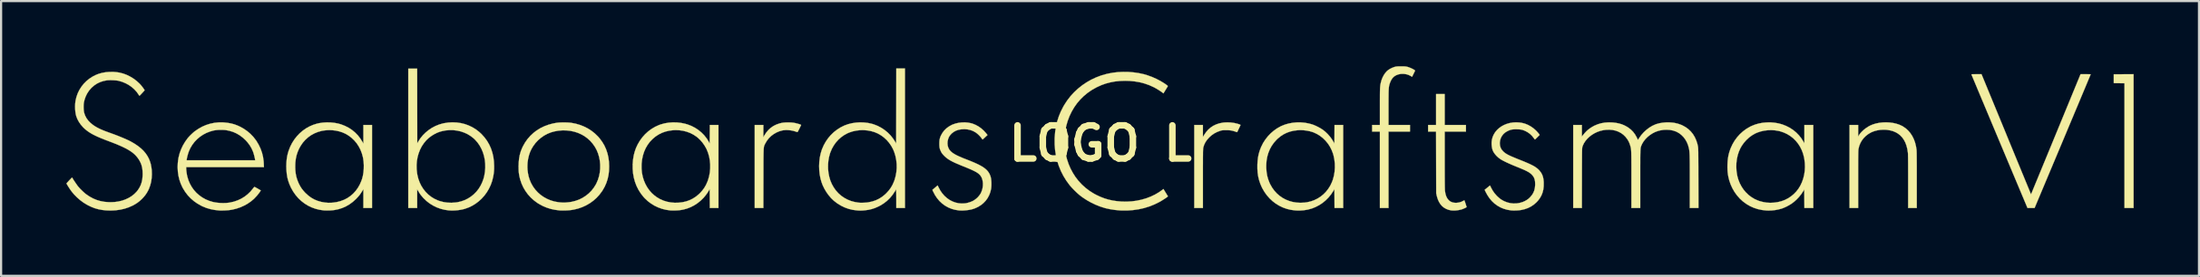
<source format=kicad_pcb>
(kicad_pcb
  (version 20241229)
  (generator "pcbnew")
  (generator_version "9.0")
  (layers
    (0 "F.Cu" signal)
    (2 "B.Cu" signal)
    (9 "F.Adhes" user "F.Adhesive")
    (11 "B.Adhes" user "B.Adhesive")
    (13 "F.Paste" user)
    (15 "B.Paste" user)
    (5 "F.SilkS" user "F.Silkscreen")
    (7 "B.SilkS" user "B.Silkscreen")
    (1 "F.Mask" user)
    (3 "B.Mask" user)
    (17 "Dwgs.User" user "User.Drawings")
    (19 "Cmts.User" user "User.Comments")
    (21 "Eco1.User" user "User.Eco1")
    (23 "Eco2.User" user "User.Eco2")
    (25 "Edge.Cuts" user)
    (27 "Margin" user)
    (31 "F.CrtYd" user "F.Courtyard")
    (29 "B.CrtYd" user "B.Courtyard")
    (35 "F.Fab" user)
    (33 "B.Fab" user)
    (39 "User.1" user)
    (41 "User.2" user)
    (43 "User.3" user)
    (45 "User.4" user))
  (footprint "LOGO L"
    (layer "F.Cu")
    (at 47.493 3.555)
    (property "Reference" "LOGO L" (at 0 0 0) (layer "F.SilkS") (effects (font (size 1.524 1.524) (thickness 0.3))))
    (attr through_hole)
    (fp_poly (pts (xy 47.447 2.967) (xy 47.031 2.967) (xy 47.031 -2.773) (xy 46.784 -2.776) (xy 46.538 -2.779) (xy 46.538 -3.185) (xy 47.447 -3.19) (xy 47.447 2.967)) (stroke (width 0.01) (type solid)) (fill yes) (layer "F.SilkS"))
    (fp_poly (pts (xy -14.295 -0.969) (xy -14.2 -0.965) (xy -14.115 -0.957) (xy -14.077 -0.951) (xy -14.012 -0.938) (xy -13.946 -0.922) (xy -13.884 -0.906) (xy -13.83 -0.889) (xy -13.789 -0.874) (xy -13.777 -0.869) (xy -13.748 -0.854) (xy -13.827 -0.688) (xy -13.858 -0.627) (xy -13.883 -0.579) (xy -13.903 -0.545) (xy -13.917 -0.527) (xy -13.921 -0.525) (xy -13.937 -0.529) (xy -13.966 -0.538) (xy -14.002 -0.551) (xy -14.006 -0.552) (xy -14.111 -0.583) (xy -14.225 -0.605) (xy -14.342 -0.617) (xy -14.457 -0.618) (xy -14.564 -0.61) (xy -14.61 -0.602) (xy -14.749 -0.563) (xy -14.882 -0.507) (xy -15.008 -0.434) (xy -15.123 -0.348) (xy -15.226 -0.248) (xy -15.314 -0.138) (xy -15.386 -0.018) (xy -15.393 -0.005) (xy -15.405 0.019) (xy -15.415 0.039) (xy -15.425 0.058) (xy -15.433 0.077) (xy -15.441 0.096) (xy -15.448 0.116) (xy -15.454 0.139) (xy -15.459 0.166) (xy -15.463 0.197) (xy -15.467 0.235) (xy -15.47 0.279) (xy -15.472 0.332) (xy -15.474 0.393) (xy -15.476 0.465) (xy -15.477 0.548) (xy -15.478 0.644) (xy -15.479 0.753) (xy -15.48 0.877) (xy -15.48 1.016) (xy -15.48 1.172) (xy -15.481 1.346) (xy -15.481 1.539) (xy -15.481 1.598) (xy -15.484 2.967) (xy -15.88 2.967) (xy -15.88 -0.853) (xy -15.484 -0.853) (xy -15.484 -0.29) (xy -15.438 -0.371) (xy -15.352 -0.504) (xy -15.254 -0.62) (xy -15.146 -0.72) (xy -15.025 -0.803) (xy -14.892 -0.87) (xy -14.746 -0.922) (xy -14.649 -0.946) (xy -14.576 -0.958) (xy -14.488 -0.966) (xy -14.393 -0.97) (xy -14.295 -0.969)) (stroke (width 0.01) (type solid)) (fill yes) (layer "F.SilkS"))
    (fp_poly (pts (xy 15.809 -0.853) (xy 16.784 -0.853) (xy 16.784 -0.549) (xy 15.809 -0.549) (xy 15.809 0.756) (xy 15.809 0.963) (xy 15.809 1.157) (xy 15.81 1.335) (xy 15.81 1.497) (xy 15.811 1.644) (xy 15.812 1.774) (xy 15.813 1.886) (xy 15.814 1.981) (xy 15.816 2.058) (xy 15.817 2.115) (xy 15.819 2.153) (xy 15.819 2.166) (xy 15.839 2.294) (xy 15.87 2.406) (xy 15.913 2.502) (xy 15.968 2.581) (xy 16.033 2.644) (xy 16.11 2.69) (xy 16.197 2.719) (xy 16.296 2.731) (xy 16.358 2.73) (xy 16.466 2.716) (xy 16.562 2.688) (xy 16.646 2.647) (xy 16.677 2.63) (xy 16.701 2.62) (xy 16.714 2.618) (xy 16.714 2.618) (xy 16.719 2.63) (xy 16.729 2.657) (xy 16.742 2.695) (xy 16.757 2.739) (xy 16.773 2.787) (xy 16.788 2.834) (xy 16.8 2.875) (xy 16.81 2.907) (xy 16.815 2.925) (xy 16.815 2.927) (xy 16.806 2.936) (xy 16.782 2.949) (xy 16.748 2.967) (xy 16.707 2.986) (xy 16.663 3.004) (xy 16.62 3.021) (xy 16.583 3.034) (xy 16.576 3.036) (xy 16.465 3.062) (xy 16.348 3.079) (xy 16.232 3.085) (xy 16.124 3.08) (xy 16.106 3.078) (xy 15.992 3.054) (xy 15.883 3.013) (xy 15.782 2.957) (xy 15.694 2.886) (xy 15.669 2.86) (xy 15.601 2.778) (xy 15.545 2.685) (xy 15.497 2.58) (xy 15.459 2.46) (xy 15.441 2.391) (xy 15.419 2.291) (xy 15.415 0.871) (xy 15.412 -0.549) (xy 15.23 -0.549) (xy 15.047 -0.549) (xy 15.047 -0.853) (xy 15.413 -0.853) (xy 15.413 -2.276) (xy 15.809 -2.276) (xy 15.809 -0.853)) (stroke (width 0.01) (type solid)) (fill yes) (layer "F.SilkS"))
    (fp_poly (pts (xy 5.983 -0.966) (xy 6.139 -0.945) (xy 6.288 -0.91) (xy 6.373 -0.882) (xy 6.404 -0.87) (xy 6.425 -0.859) (xy 6.431 -0.852) (xy 6.427 -0.841) (xy 6.416 -0.816) (xy 6.399 -0.779) (xy 6.379 -0.735) (xy 6.357 -0.688) (xy 6.334 -0.64) (xy 6.313 -0.596) (xy 6.295 -0.559) (xy 6.282 -0.533) (xy 6.276 -0.522) (xy 6.276 -0.522) (xy 6.266 -0.524) (xy 6.241 -0.531) (xy 6.207 -0.543) (xy 6.192 -0.548) (xy 6.116 -0.573) (xy 6.046 -0.591) (xy 5.977 -0.603) (xy 5.903 -0.611) (xy 5.817 -0.614) (xy 5.766 -0.614) (xy 5.7 -0.613) (xy 5.65 -0.612) (xy 5.611 -0.609) (xy 5.578 -0.605) (xy 5.547 -0.599) (xy 5.513 -0.589) (xy 5.502 -0.586) (xy 5.355 -0.531) (xy 5.219 -0.46) (xy 5.094 -0.372) (xy 4.993 -0.28) (xy 4.897 -0.173) (xy 4.821 -0.062) (xy 4.764 0.052) (xy 4.726 0.17) (xy 4.72 0.195) (xy 4.718 0.208) (xy 4.716 0.224) (xy 4.714 0.244) (xy 4.712 0.27) (xy 4.711 0.301) (xy 4.709 0.34) (xy 4.708 0.387) (xy 4.707 0.443) (xy 4.707 0.51) (xy 4.706 0.588) (xy 4.705 0.679) (xy 4.705 0.783) (xy 4.705 0.902) (xy 4.704 1.036) (xy 4.704 1.188) (xy 4.704 1.357) (xy 4.704 1.545) (xy 4.704 1.62) (xy 4.704 2.967) (xy 4.308 2.967) (xy 4.308 -0.853) (xy 4.704 -0.853) (xy 4.704 -0.302) (xy 4.753 -0.382) (xy 4.843 -0.516) (xy 4.944 -0.633) (xy 5.056 -0.732) (xy 5.178 -0.813) (xy 5.311 -0.878) (xy 5.455 -0.926) (xy 5.612 -0.958) (xy 5.674 -0.966) (xy 5.826 -0.973) (xy 5.983 -0.966)) (stroke (width 0.01) (type solid)) (fill yes) (layer "F.SilkS"))
    (fp_poly (pts (xy 13.875 -3.55) (xy 13.932 -3.549) (xy 13.977 -3.547) (xy 14.013 -3.544) (xy 14.046 -3.539) (xy 14.079 -3.532) (xy 14.097 -3.528) (xy 14.148 -3.512) (xy 14.207 -3.49) (xy 14.268 -3.464) (xy 14.327 -3.436) (xy 14.378 -3.409) (xy 14.416 -3.385) (xy 14.421 -3.38) (xy 14.451 -3.356) (xy 14.381 -3.213) (xy 14.31 -3.07) (xy 14.244 -3.11) (xy 14.155 -3.154) (xy 14.054 -3.186) (xy 13.947 -3.203) (xy 13.838 -3.206) (xy 13.78 -3.201) (xy 13.671 -3.178) (xy 13.575 -3.14) (xy 13.491 -3.088) (xy 13.419 -3.019) (xy 13.359 -2.934) (xy 13.31 -2.831) (xy 13.291 -2.779) (xy 13.28 -2.746) (xy 13.271 -2.715) (xy 13.262 -2.684) (xy 13.255 -2.652) (xy 13.249 -2.618) (xy 13.244 -2.579) (xy 13.24 -2.534) (xy 13.237 -2.482) (xy 13.234 -2.422) (xy 13.232 -2.351) (xy 13.231 -2.269) (xy 13.23 -2.173) (xy 13.229 -2.063) (xy 13.229 -1.936) (xy 13.228 -1.792) (xy 13.228 -1.662) (xy 13.228 -0.853) (xy 14.214 -0.853) (xy 14.214 -0.549) (xy 13.228 -0.549) (xy 13.228 2.967) (xy 12.832 2.967) (xy 12.832 -0.549) (xy 12.476 -0.549) (xy 12.476 -0.853) (xy 12.832 -0.853) (xy 12.832 -1.689) (xy 12.832 -1.847) (xy 12.832 -1.987) (xy 12.833 -2.109) (xy 12.833 -2.215) (xy 12.834 -2.307) (xy 12.835 -2.386) (xy 12.837 -2.454) (xy 12.839 -2.513) (xy 12.841 -2.563) (xy 12.845 -2.607) (xy 12.848 -2.645) (xy 12.852 -2.68) (xy 12.857 -2.712) (xy 12.863 -2.745) (xy 12.869 -2.774) (xy 12.902 -2.901) (xy 12.947 -3.022) (xy 13.004 -3.134) (xy 13.069 -3.234) (xy 13.142 -3.319) (xy 13.209 -3.378) (xy 13.289 -3.43) (xy 13.381 -3.477) (xy 13.476 -3.515) (xy 13.518 -3.527) (xy 13.549 -3.535) (xy 13.58 -3.541) (xy 13.613 -3.545) (xy 13.653 -3.548) (xy 13.704 -3.549) (xy 13.77 -3.55) (xy 13.802 -3.55) (xy 13.875 -3.55)) (stroke (width 0.01) (type solid)) (fill yes) (layer "F.SilkS"))
    (fp_poly (pts (xy 36.241 -0.966) (xy 36.396 -0.946) (xy 36.544 -0.913) (xy 36.683 -0.868) (xy 36.81 -0.81) (xy 36.855 -0.785) (xy 36.983 -0.697) (xy 37.097 -0.593) (xy 37.197 -0.476) (xy 37.283 -0.344) (xy 37.355 -0.199) (xy 37.412 -0.041) (xy 37.454 0.13) (xy 37.48 0.297) (xy 37.481 0.324) (xy 37.483 0.372) (xy 37.485 0.44) (xy 37.486 0.527) (xy 37.487 0.634) (xy 37.488 0.76) (xy 37.489 0.905) (xy 37.49 1.069) (xy 37.49 1.252) (xy 37.49 1.453) (xy 37.49 1.672) (xy 37.49 1.681) (xy 37.49 2.967) (xy 37.094 2.967) (xy 37.094 1.747) (xy 37.094 1.538) (xy 37.094 1.345) (xy 37.093 1.17) (xy 37.093 1.012) (xy 37.092 0.872) (xy 37.091 0.75) (xy 37.09 0.647) (xy 37.088 0.562) (xy 37.087 0.497) (xy 37.085 0.452) (xy 37.083 0.429) (xy 37.057 0.256) (xy 37.017 0.098) (xy 36.964 -0.045) (xy 36.897 -0.172) (xy 36.817 -0.284) (xy 36.723 -0.382) (xy 36.615 -0.464) (xy 36.52 -0.518) (xy 36.396 -0.57) (xy 36.261 -0.606) (xy 36.119 -0.629) (xy 35.973 -0.636) (xy 35.826 -0.629) (xy 35.681 -0.607) (xy 35.543 -0.571) (xy 35.414 -0.521) (xy 35.392 -0.51) (xy 35.263 -0.435) (xy 35.148 -0.346) (xy 35.047 -0.244) (xy 34.963 -0.131) (xy 34.894 -0.007) (xy 34.843 0.126) (xy 34.813 0.253) (xy 34.811 0.268) (xy 34.809 0.287) (xy 34.807 0.312) (xy 34.805 0.344) (xy 34.804 0.383) (xy 34.803 0.43) (xy 34.802 0.487) (xy 34.801 0.555) (xy 34.8 0.634) (xy 34.799 0.726) (xy 34.799 0.832) (xy 34.799 0.953) (xy 34.798 1.089) (xy 34.798 1.243) (xy 34.798 1.414) (xy 34.798 1.605) (xy 34.798 1.652) (xy 34.798 2.967) (xy 34.402 2.967) (xy 34.402 -0.853) (xy 34.798 -0.853) (xy 34.798 -0.32) (xy 34.824 -0.364) (xy 34.882 -0.451) (xy 34.958 -0.538) (xy 35.047 -0.623) (xy 35.148 -0.702) (xy 35.256 -0.773) (xy 35.344 -0.822) (xy 35.475 -0.878) (xy 35.618 -0.921) (xy 35.769 -0.951) (xy 35.925 -0.969) (xy 36.083 -0.974) (xy 36.241 -0.966)) (stroke (width 0.01) (type solid)) (fill yes) (layer "F.SilkS"))
    (fp_poly (pts (xy 45.311 -3.19) (xy 45.37 -3.189) (xy 45.418 -3.188) (xy 45.454 -3.186) (xy 45.473 -3.184) (xy 45.476 -3.183) (xy 45.472 -3.173) (xy 45.461 -3.145) (xy 45.442 -3.1) (xy 45.417 -3.038) (xy 45.384 -2.96) (xy 45.345 -2.867) (xy 45.3 -2.759) (xy 45.25 -2.638) (xy 45.193 -2.503) (xy 45.132 -2.356) (xy 45.065 -2.197) (xy 44.994 -2.027) (xy 44.919 -1.846) (xy 44.839 -1.656) (xy 44.755 -1.457) (xy 44.669 -1.249) (xy 44.578 -1.034) (xy 44.485 -0.812) (xy 44.39 -0.584) (xy 44.292 -0.35) (xy 44.192 -0.111) (xy 44.189 -0.104) (xy 42.901 2.967) (xy 42.575 2.967) (xy 41.287 -0.104) (xy 41.187 -0.343) (xy 41.089 -0.577) (xy 40.993 -0.805) (xy 40.9 -1.028) (xy 40.81 -1.243) (xy 40.723 -1.451) (xy 40.64 -1.65) (xy 40.56 -1.841) (xy 40.484 -2.021) (xy 40.413 -2.192) (xy 40.346 -2.351) (xy 40.284 -2.499) (xy 40.228 -2.634) (xy 40.177 -2.756) (xy 40.132 -2.864) (xy 40.093 -2.957) (xy 40.06 -3.036) (xy 40.034 -3.098) (xy 40.016 -3.144) (xy 40.004 -3.172) (xy 40 -3.183) (xy 40 -3.183) (xy 40.009 -3.185) (xy 40.037 -3.187) (xy 40.079 -3.188) (xy 40.132 -3.189) (xy 40.195 -3.19) (xy 40.231 -3.19) (xy 40.463 -3.19) (xy 41.59 -0.45) (xy 41.682 -0.224) (xy 41.773 -0.002) (xy 41.862 0.213) (xy 41.948 0.423) (xy 42.031 0.625) (xy 42.111 0.82) (xy 42.188 1.006) (xy 42.261 1.183) (xy 42.329 1.35) (xy 42.394 1.506) (xy 42.453 1.651) (xy 42.508 1.784) (xy 42.557 1.903) (xy 42.601 2.009) (xy 42.638 2.1) (xy 42.67 2.177) (xy 42.694 2.237) (xy 42.712 2.281) (xy 42.723 2.307) (xy 42.726 2.315) (xy 42.737 2.338) (xy 42.749 2.315) (xy 42.753 2.303) (xy 42.766 2.274) (xy 42.785 2.227) (xy 42.811 2.164) (xy 42.844 2.085) (xy 42.882 1.991) (xy 42.927 1.883) (xy 42.977 1.761) (xy 43.033 1.626) (xy 43.093 1.479) (xy 43.158 1.321) (xy 43.228 1.152) (xy 43.301 0.974) (xy 43.379 0.786) (xy 43.459 0.59) (xy 43.543 0.386) (xy 43.63 0.176) (xy 43.719 -0.041) (xy 43.81 -0.263) (xy 43.887 -0.45) (xy 45.013 -3.19) (xy 45.245 -3.19) (xy 45.311 -3.19)) (stroke (width 0.01) (type solid)) (fill yes) (layer "F.SilkS"))
    (fp_poly (pts (xy -19.455 -0.969) (xy -19.266 -0.948) (xy -19.081 -0.91) (xy -18.958 -0.874) (xy -18.783 -0.806) (xy -18.619 -0.721) (xy -18.467 -0.621) (xy -18.327 -0.506) (xy -18.201 -0.378) (xy -18.089 -0.237) (xy -18.001 -0.096) (xy -17.948 -0.000103) (xy -17.945 -0.427) (xy -17.942 -0.853) (xy -17.546 -0.853) (xy -17.546 2.967) (xy -17.942 2.967) (xy -17.945 2.533) (xy -17.948 2.1) (xy -18.002 2.192) (xy -18.106 2.349) (xy -18.225 2.494) (xy -18.357 2.625) (xy -18.501 2.742) (xy -18.654 2.843) (xy -18.817 2.927) (xy -18.987 2.994) (xy -19.163 3.042) (xy -19.275 3.062) (xy -19.36 3.072) (xy -19.457 3.079) (xy -19.558 3.083) (xy -19.656 3.083) (xy -19.743 3.08) (xy -19.769 3.078) (xy -19.956 3.051) (xy -20.138 3.006) (xy -20.315 2.942) (xy -20.485 2.861) (xy -20.645 2.763) (xy -20.794 2.65) (xy -20.93 2.522) (xy -20.986 2.461) (xy -21.11 2.303) (xy -21.217 2.135) (xy -21.307 1.957) (xy -21.378 1.77) (xy -21.432 1.574) (xy -21.468 1.37) (xy -21.485 1.159) (xy -21.485 1.157) (xy -21.078 1.157) (xy -21.061 1.342) (xy -21.026 1.52) (xy -20.975 1.691) (xy -20.907 1.853) (xy -20.824 2.006) (xy -20.726 2.147) (xy -20.614 2.276) (xy -20.487 2.391) (xy -20.376 2.473) (xy -20.228 2.56) (xy -20.071 2.629) (xy -19.906 2.68) (xy -19.734 2.713) (xy -19.557 2.728) (xy -19.375 2.724) (xy -19.198 2.703) (xy -19.03 2.665) (xy -18.871 2.609) (xy -18.723 2.536) (xy -18.582 2.445) (xy -18.449 2.335) (xy -18.399 2.287) (xy -18.289 2.166) (xy -18.196 2.04) (xy -18.118 1.905) (xy -18.052 1.757) (xy -18.025 1.684) (xy -17.975 1.509) (xy -17.941 1.328) (xy -17.925 1.144) (xy -17.925 0.959) (xy -17.942 0.776) (xy -17.975 0.597) (xy -18.025 0.425) (xy -18.091 0.262) (xy -18.107 0.229) (xy -18.185 0.093) (xy -18.277 -0.038) (xy -18.381 -0.159) (xy -18.494 -0.266) (xy -18.562 -0.32) (xy -18.699 -0.41) (xy -18.848 -0.485) (xy -19.006 -0.544) (xy -19.172 -0.586) (xy -19.342 -0.61) (xy -19.516 -0.617) (xy -19.638 -0.611) (xy -19.815 -0.588) (xy -19.98 -0.549) (xy -20.135 -0.494) (xy -20.281 -0.422) (xy -20.419 -0.333) (xy -20.443 -0.316) (xy -20.577 -0.202) (xy -20.697 -0.076) (xy -20.8 0.063) (xy -20.888 0.215) (xy -20.96 0.377) (xy -21.015 0.551) (xy -21.054 0.735) (xy -21.076 0.929) (xy -21.078 0.967) (xy -21.078 1.157) (xy -21.485 1.157) (xy -21.485 0.965) (xy -21.47 0.759) (xy -21.44 0.565) (xy -21.394 0.382) (xy -21.333 0.208) (xy -21.255 0.041) (xy -21.16 -0.121) (xy -21.153 -0.132) (xy -21.039 -0.288) (xy -20.912 -0.43) (xy -20.772 -0.558) (xy -20.62 -0.67) (xy -20.459 -0.766) (xy -20.29 -0.844) (xy -20.197 -0.878) (xy -20.02 -0.927) (xy -19.835 -0.958) (xy -19.646 -0.972) (xy -19.455 -0.969)) (stroke (width 0.01) (type solid)) (fill yes) (layer "F.SilkS"))
    (fp_poly (pts (xy 9.203 -0.971) (xy 9.391 -0.954) (xy 9.576 -0.919) (xy 9.724 -0.878) (xy 9.805 -0.848) (xy 9.896 -0.809) (xy 9.991 -0.762) (xy 10.082 -0.713) (xy 10.165 -0.663) (xy 10.21 -0.632) (xy 10.325 -0.541) (xy 10.437 -0.434) (xy 10.54 -0.315) (xy 10.631 -0.191) (xy 10.7 -0.076) (xy 10.744 0.005) (xy 10.749 -0.853) (xy 11.146 -0.853) (xy 11.146 2.967) (xy 10.749 2.967) (xy 10.744 2.098) (xy 10.694 2.184) (xy 10.59 2.341) (xy 10.472 2.486) (xy 10.341 2.618) (xy 10.198 2.735) (xy 10.044 2.837) (xy 9.882 2.922) (xy 9.713 2.99) (xy 9.537 3.039) (xy 9.493 3.048) (xy 9.333 3.073) (xy 9.175 3.084) (xy 9.014 3.083) (xy 8.923 3.077) (xy 8.735 3.052) (xy 8.552 3.007) (xy 8.377 2.945) (xy 8.21 2.864) (xy 8.051 2.767) (xy 7.903 2.654) (xy 7.766 2.525) (xy 7.64 2.382) (xy 7.528 2.225) (xy 7.43 2.055) (xy 7.411 2.017) (xy 7.34 1.854) (xy 7.285 1.689) (xy 7.244 1.519) (xy 7.218 1.341) (xy 7.206 1.153) (xy 7.206 0.979) (xy 7.612 0.979) (xy 7.613 1.133) (xy 7.628 1.317) (xy 7.657 1.49) (xy 7.703 1.654) (xy 7.764 1.813) (xy 7.794 1.875) (xy 7.881 2.029) (xy 7.983 2.17) (xy 8.097 2.296) (xy 8.224 2.407) (xy 8.362 2.503) (xy 8.509 2.582) (xy 8.666 2.645) (xy 8.83 2.691) (xy 9.002 2.719) (xy 9.179 2.729) (xy 9.361 2.721) (xy 9.494 2.703) (xy 9.661 2.664) (xy 9.821 2.607) (xy 9.972 2.533) (xy 10.113 2.442) (xy 10.243 2.336) (xy 10.36 2.216) (xy 10.465 2.081) (xy 10.556 1.935) (xy 10.631 1.776) (xy 10.673 1.663) (xy 10.721 1.485) (xy 10.752 1.3) (xy 10.765 1.11) (xy 10.762 0.919) (xy 10.741 0.731) (xy 10.703 0.548) (xy 10.677 0.458) (xy 10.615 0.297) (xy 10.537 0.144) (xy 10.443 0.001) (xy 10.335 -0.13) (xy 10.215 -0.248) (xy 10.083 -0.351) (xy 9.941 -0.439) (xy 9.791 -0.509) (xy 9.754 -0.523) (xy 9.616 -0.564) (xy 9.467 -0.594) (xy 9.313 -0.612) (xy 9.161 -0.617) (xy 9.051 -0.611) (xy 8.873 -0.588) (xy 8.707 -0.549) (xy 8.554 -0.494) (xy 8.41 -0.423) (xy 8.274 -0.335) (xy 8.145 -0.229) (xy 8.087 -0.173) (xy 7.967 -0.039) (xy 7.864 0.106) (xy 7.779 0.261) (xy 7.711 0.427) (xy 7.66 0.602) (xy 7.627 0.786) (xy 7.612 0.979) (xy 7.206 0.979) (xy 7.206 0.975) (xy 7.217 0.799) (xy 7.236 0.637) (xy 7.267 0.484) (xy 7.31 0.337) (xy 7.365 0.19) (xy 7.382 0.15) (xy 7.467 -0.02) (xy 7.57 -0.18) (xy 7.687 -0.33) (xy 7.817 -0.467) (xy 7.96 -0.59) (xy 8.113 -0.698) (xy 8.275 -0.789) (xy 8.304 -0.803) (xy 8.47 -0.87) (xy 8.645 -0.92) (xy 8.828 -0.954) (xy 9.014 -0.971) (xy 9.203 -0.971)) (stroke (width 0.01) (type solid)) (fill yes) (layer "F.SilkS"))
    (fp_poly (pts (xy -31.382 -1.726) (xy -31.379 -0.008) (xy -31.335 -0.086) (xy -31.238 -0.236) (xy -31.125 -0.376) (xy -30.997 -0.504) (xy -30.856 -0.619) (xy -30.705 -0.72) (xy -30.544 -0.805) (xy -30.376 -0.873) (xy -30.202 -0.923) (xy -30.155 -0.933) (xy -29.957 -0.964) (xy -29.76 -0.974) (xy -29.567 -0.966) (xy -29.378 -0.939) (xy -29.195 -0.894) (xy -29.018 -0.83) (xy -28.849 -0.749) (xy -28.688 -0.651) (xy -28.538 -0.535) (xy -28.425 -0.43) (xy -28.291 -0.281) (xy -28.174 -0.122) (xy -28.076 0.047) (xy -27.995 0.225) (xy -27.932 0.414) (xy -27.886 0.612) (xy -27.859 0.821) (xy -27.849 1.039) (xy -27.849 1.054) (xy -27.85 1.172) (xy -27.856 1.276) (xy -27.867 1.376) (xy -27.883 1.478) (xy -27.895 1.541) (xy -27.942 1.73) (xy -28.007 1.911) (xy -28.089 2.084) (xy -28.185 2.246) (xy -28.296 2.397) (xy -28.421 2.537) (xy -28.558 2.662) (xy -28.706 2.774) (xy -28.865 2.87) (xy -29.033 2.949) (xy -29.209 3.011) (xy -29.251 3.022) (xy -29.375 3.049) (xy -29.51 3.069) (xy -29.651 3.081) (xy -29.79 3.085) (xy -29.92 3.079) (xy -29.935 3.078) (xy -30.126 3.05) (xy -30.31 3.003) (xy -30.488 2.938) (xy -30.656 2.855) (xy -30.815 2.756) (xy -30.963 2.64) (xy -31.099 2.509) (xy -31.222 2.363) (xy -31.243 2.333) (xy -31.272 2.291) (xy -31.302 2.244) (xy -31.323 2.21) (xy -31.384 2.109) (xy -31.384 2.967) (xy -31.791 2.967) (xy -31.791 0.996) (xy -31.411 0.996) (xy -31.407 1.186) (xy -31.386 1.378) (xy -31.373 1.451) (xy -31.33 1.626) (xy -31.27 1.792) (xy -31.194 1.948) (xy -31.102 2.093) (xy -30.997 2.225) (xy -30.879 2.344) (xy -30.748 2.449) (xy -30.606 2.538) (xy -30.453 2.611) (xy -30.345 2.65) (xy -30.169 2.696) (xy -29.988 2.722) (xy -29.803 2.728) (xy -29.617 2.715) (xy -29.531 2.703) (xy -29.363 2.664) (xy -29.203 2.607) (xy -29.052 2.533) (xy -28.912 2.443) (xy -28.782 2.338) (xy -28.665 2.219) (xy -28.56 2.086) (xy -28.47 1.94) (xy -28.394 1.783) (xy -28.334 1.616) (xy -28.302 1.493) (xy -28.27 1.305) (xy -28.255 1.119) (xy -28.257 0.934) (xy -28.276 0.754) (xy -28.312 0.578) (xy -28.363 0.409) (xy -28.43 0.248) (xy -28.512 0.097) (xy -28.609 -0.043) (xy -28.72 -0.17) (xy -28.796 -0.242) (xy -28.929 -0.345) (xy -29.073 -0.433) (xy -29.226 -0.503) (xy -29.387 -0.558) (xy -29.554 -0.595) (xy -29.725 -0.615) (xy -29.899 -0.617) (xy -30.073 -0.602) (xy -30.246 -0.568) (xy -30.364 -0.534) (xy -30.491 -0.484) (xy -30.618 -0.417) (xy -30.743 -0.338) (xy -30.858 -0.249) (xy -30.96 -0.153) (xy -30.967 -0.145) (xy -31.078 -0.012) (xy -31.174 0.133) (xy -31.254 0.29) (xy -31.318 0.456) (xy -31.366 0.63) (xy -31.397 0.81) (xy -31.411 0.996) (xy -31.791 0.996) (xy -31.791 -3.444) (xy -31.587 -3.444) (xy -31.384 -3.444) (xy -31.382 -1.726)) (stroke (width 0.01) (type solid)) (fill yes) (layer "F.SilkS"))
    (fp_poly (pts (xy 30.965 -0.956) (xy 31.146 -0.924) (xy 31.313 -0.878) (xy 31.491 -0.808) (xy 31.658 -0.723) (xy 31.812 -0.622) (xy 31.952 -0.507) (xy 32.079 -0.377) (xy 32.191 -0.234) (xy 32.279 -0.094) (xy 32.329 -0.005) (xy 32.329 -0.429) (xy 32.329 -0.853) (xy 32.736 -0.853) (xy 32.736 2.967) (xy 32.329 2.967) (xy 32.324 2.114) (xy 32.274 2.197) (xy 32.188 2.327) (xy 32.087 2.454) (xy 31.976 2.573) (xy 31.858 2.68) (xy 31.737 2.771) (xy 31.729 2.776) (xy 31.627 2.839) (xy 31.518 2.898) (xy 31.408 2.949) (xy 31.305 2.99) (xy 31.286 2.996) (xy 31.146 3.034) (xy 30.995 3.063) (xy 30.839 3.08) (xy 30.685 3.086) (xy 30.571 3.082) (xy 30.373 3.059) (xy 30.184 3.018) (xy 30.004 2.959) (xy 29.833 2.882) (xy 29.67 2.787) (xy 29.515 2.673) (xy 29.494 2.657) (xy 29.356 2.528) (xy 29.231 2.385) (xy 29.119 2.229) (xy 29.023 2.062) (xy 28.942 1.885) (xy 28.879 1.701) (xy 28.839 1.541) (xy 28.82 1.437) (xy 28.807 1.338) (xy 28.799 1.239) (xy 28.795 1.135) (xy 28.795 1.086) (xy 29.2 1.086) (xy 29.211 1.273) (xy 29.24 1.458) (xy 29.247 1.494) (xy 29.294 1.664) (xy 29.359 1.827) (xy 29.439 1.979) (xy 29.533 2.121) (xy 29.642 2.25) (xy 29.763 2.367) (xy 29.895 2.468) (xy 30.038 2.554) (xy 30.191 2.623) (xy 30.267 2.65) (xy 30.433 2.694) (xy 30.595 2.721) (xy 30.76 2.73) (xy 30.926 2.723) (xy 31.105 2.698) (xy 31.273 2.657) (xy 31.431 2.599) (xy 31.579 2.523) (xy 31.72 2.429) (xy 31.837 2.332) (xy 31.953 2.214) (xy 32.056 2.081) (xy 32.144 1.937) (xy 32.217 1.781) (xy 32.275 1.617) (xy 32.318 1.444) (xy 32.345 1.265) (xy 32.355 1.082) (xy 32.349 0.895) (xy 32.325 0.706) (xy 32.314 0.644) (xy 32.269 0.468) (xy 32.207 0.302) (xy 32.129 0.147) (xy 32.037 0.004) (xy 31.93 -0.127) (xy 31.81 -0.245) (xy 31.677 -0.348) (xy 31.533 -0.436) (xy 31.379 -0.507) (xy 31.215 -0.562) (xy 31.145 -0.579) (xy 30.981 -0.606) (xy 30.813 -0.617) (xy 30.643 -0.611) (xy 30.476 -0.59) (xy 30.314 -0.553) (xy 30.161 -0.501) (xy 30.063 -0.457) (xy 29.922 -0.375) (xy 29.788 -0.276) (xy 29.665 -0.162) (xy 29.553 -0.035) (xy 29.455 0.102) (xy 29.389 0.217) (xy 29.319 0.374) (xy 29.265 0.542) (xy 29.227 0.718) (xy 29.205 0.9) (xy 29.2 1.086) (xy 28.795 1.086) (xy 28.795 1.017) (xy 28.796 0.976) (xy 28.804 0.82) (xy 28.819 0.678) (xy 28.842 0.546) (xy 28.874 0.418) (xy 28.916 0.29) (xy 28.943 0.218) (xy 29.025 0.039) (xy 29.124 -0.13) (xy 29.238 -0.286) (xy 29.366 -0.429) (xy 29.508 -0.558) (xy 29.662 -0.672) (xy 29.829 -0.77) (xy 29.896 -0.803) (xy 30.058 -0.869) (xy 30.231 -0.919) (xy 30.41 -0.953) (xy 30.595 -0.97) (xy 30.78 -0.972) (xy 30.965 -0.956)) (stroke (width 0.01) (type solid)) (fill yes) (layer "F.SilkS"))
    (fp_poly (pts (xy -35.358 -0.968) (xy -35.182 -0.95) (xy -35.012 -0.918) (xy -34.875 -0.879) (xy -34.695 -0.808) (xy -34.527 -0.722) (xy -34.373 -0.621) (xy -34.232 -0.504) (xy -34.105 -0.373) (xy -33.992 -0.227) (xy -33.893 -0.068) (xy -33.892 -0.066) (xy -33.853 0.005) (xy -33.853 -0.853) (xy -33.457 -0.853) (xy -33.457 2.967) (xy -33.853 2.967) (xy -33.853 2.532) (xy -33.853 2.098) (xy -33.903 2.183) (xy -33.968 2.285) (xy -34.033 2.376) (xy -34.106 2.462) (xy -34.19 2.552) (xy -34.193 2.555) (xy -34.337 2.685) (xy -34.489 2.797) (xy -34.651 2.891) (xy -34.82 2.967) (xy -34.998 3.024) (xy -35.182 3.062) (xy -35.186 3.062) (xy -35.26 3.071) (xy -35.346 3.078) (xy -35.438 3.082) (xy -35.529 3.083) (xy -35.612 3.082) (xy -35.672 3.078) (xy -35.865 3.051) (xy -36.05 3.005) (xy -36.228 2.941) (xy -36.397 2.86) (xy -36.556 2.761) (xy -36.705 2.646) (xy -36.842 2.516) (xy -36.967 2.37) (xy -37.079 2.21) (xy -37.177 2.036) (xy -37.186 2.017) (xy -37.254 1.863) (xy -37.308 1.708) (xy -37.348 1.549) (xy -37.374 1.381) (xy -37.389 1.202) (xy -37.392 1.057) (xy -36.985 1.057) (xy -36.979 1.228) (xy -36.962 1.387) (xy -36.932 1.535) (xy -36.888 1.678) (xy -36.831 1.82) (xy -36.815 1.854) (xy -36.754 1.969) (xy -36.69 2.071) (xy -36.615 2.167) (xy -36.528 2.264) (xy -36.51 2.282) (xy -36.382 2.398) (xy -36.249 2.496) (xy -36.109 2.576) (xy -35.96 2.638) (xy -35.8 2.684) (xy -35.767 2.692) (xy -35.613 2.718) (xy -35.465 2.73) (xy -35.313 2.727) (xy -35.255 2.722) (xy -35.074 2.696) (xy -34.903 2.652) (xy -34.741 2.591) (xy -34.59 2.513) (xy -34.451 2.418) (xy -34.323 2.308) (xy -34.209 2.183) (xy -34.107 2.043) (xy -34.019 1.889) (xy -33.946 1.721) (xy -33.915 1.632) (xy -33.877 1.489) (xy -33.851 1.334) (xy -33.837 1.171) (xy -33.834 1.005) (xy -33.843 0.841) (xy -33.864 0.684) (xy -33.875 0.63) (xy -33.923 0.454) (xy -33.987 0.288) (xy -34.068 0.132) (xy -34.163 -0.012) (xy -34.274 -0.144) (xy -34.398 -0.262) (xy -34.534 -0.365) (xy -34.678 -0.45) (xy -34.819 -0.512) (xy -34.972 -0.561) (xy -35.132 -0.595) (xy -35.297 -0.614) (xy -35.462 -0.616) (xy -35.547 -0.611) (xy -35.608 -0.605) (xy -35.671 -0.597) (xy -35.729 -0.588) (xy -35.773 -0.58) (xy -35.773 -0.58) (xy -35.945 -0.531) (xy -36.106 -0.465) (xy -36.256 -0.383) (xy -36.394 -0.283) (xy -36.521 -0.168) (xy -36.635 -0.038) (xy -36.735 0.108) (xy -36.808 0.239) (xy -36.873 0.389) (xy -36.923 0.543) (xy -36.958 0.703) (xy -36.978 0.874) (xy -36.985 1.057) (xy -37.392 1.057) (xy -37.392 1.046) (xy -37.388 0.885) (xy -37.376 0.738) (xy -37.356 0.6) (xy -37.326 0.467) (xy -37.287 0.335) (xy -37.216 0.153) (xy -37.13 -0.019) (xy -37.028 -0.18) (xy -36.912 -0.329) (xy -36.784 -0.465) (xy -36.644 -0.586) (xy -36.493 -0.693) (xy -36.332 -0.784) (xy -36.163 -0.857) (xy -35.987 -0.913) (xy -35.89 -0.935) (xy -35.717 -0.961) (xy -35.538 -0.972) (xy -35.358 -0.968)) (stroke (width 0.01) (type solid)) (fill yes) (layer "F.SilkS"))
    (fp_poly (pts (xy -8.981 2.967) (xy -9.378 2.967) (xy -9.378 2.532) (xy -9.379 2.418) (xy -9.379 2.32) (xy -9.381 2.241) (xy -9.382 2.18) (xy -9.384 2.139) (xy -9.386 2.117) (xy -9.389 2.113) (xy -9.398 2.128) (xy -9.415 2.156) (xy -9.436 2.192) (xy -9.449 2.213) (xy -9.555 2.371) (xy -9.675 2.514) (xy -9.808 2.643) (xy -9.957 2.757) (xy -10.119 2.858) (xy -10.214 2.906) (xy -10.359 2.969) (xy -10.504 3.017) (xy -10.654 3.052) (xy -10.814 3.074) (xy -10.86 3.079) (xy -10.932 3.084) (xy -10.995 3.086) (xy -11.056 3.086) (xy -11.121 3.083) (xy -11.199 3.078) (xy -11.204 3.077) (xy -11.39 3.052) (xy -11.572 3.007) (xy -11.749 2.943) (xy -11.919 2.861) (xy -12.082 2.761) (xy -12.235 2.644) (xy -12.255 2.627) (xy -12.375 2.511) (xy -12.487 2.379) (xy -12.59 2.235) (xy -12.681 2.081) (xy -12.758 1.922) (xy -12.811 1.782) (xy -12.861 1.605) (xy -12.896 1.419) (xy -12.916 1.227) (xy -12.922 1.033) (xy -12.92 0.986) (xy -12.514 0.986) (xy -12.512 1.171) (xy -12.493 1.354) (xy -12.458 1.531) (xy -12.408 1.702) (xy -12.341 1.862) (xy -12.34 1.864) (xy -12.253 2.02) (xy -12.152 2.163) (xy -12.037 2.291) (xy -11.909 2.404) (xy -11.769 2.501) (xy -11.619 2.582) (xy -11.458 2.647) (xy -11.287 2.693) (xy -11.109 2.722) (xy -11.104 2.723) (xy -11.04 2.727) (xy -10.962 2.728) (xy -10.878 2.726) (xy -10.793 2.722) (xy -10.715 2.715) (xy -10.66 2.707) (xy -10.488 2.67) (xy -10.329 2.618) (xy -10.18 2.548) (xy -10.04 2.461) (xy -9.908 2.356) (xy -9.835 2.287) (xy -9.724 2.165) (xy -9.631 2.039) (xy -9.553 1.904) (xy -9.487 1.756) (xy -9.46 1.684) (xy -9.409 1.504) (xy -9.375 1.319) (xy -9.359 1.131) (xy -9.361 0.942) (xy -9.381 0.755) (xy -9.418 0.572) (xy -9.472 0.395) (xy -9.531 0.254) (xy -9.613 0.105) (xy -9.711 -0.035) (xy -9.823 -0.164) (xy -9.948 -0.279) (xy -10.084 -0.378) (xy -10.22 -0.457) (xy -10.372 -0.522) (xy -10.533 -0.57) (xy -10.7 -0.601) (xy -10.871 -0.616) (xy -11.043 -0.614) (xy -11.213 -0.594) (xy -11.38 -0.558) (xy -11.54 -0.505) (xy -11.628 -0.467) (xy -11.776 -0.386) (xy -11.913 -0.288) (xy -12.039 -0.175) (xy -12.153 -0.047) (xy -12.252 0.093) (xy -12.337 0.244) (xy -12.405 0.406) (xy -12.42 0.447) (xy -12.468 0.622) (xy -12.499 0.802) (xy -12.514 0.986) (xy -12.92 0.986) (xy -12.914 0.839) (xy -12.891 0.649) (xy -12.853 0.467) (xy -12.801 0.295) (xy -12.792 0.269) (xy -12.713 0.086) (xy -12.618 -0.085) (xy -12.508 -0.245) (xy -12.383 -0.391) (xy -12.245 -0.524) (xy -12.095 -0.641) (xy -11.933 -0.743) (xy -11.76 -0.828) (xy -11.759 -0.829) (xy -11.592 -0.889) (xy -11.416 -0.933) (xy -11.234 -0.961) (xy -11.049 -0.973) (xy -10.862 -0.967) (xy -10.679 -0.946) (xy -10.501 -0.907) (xy -10.406 -0.878) (xy -10.233 -0.81) (xy -10.069 -0.724) (xy -9.914 -0.621) (xy -9.771 -0.503) (xy -9.641 -0.371) (xy -9.525 -0.225) (xy -9.432 -0.082) (xy -9.383 0.004) (xy -9.38 -1.725) (xy -9.378 -3.454) (xy -8.981 -3.454) (xy -8.981 2.967)) (stroke (width 0.01) (type solid)) (fill yes) (layer "F.SilkS"))
    (fp_poly (pts (xy -24.516 -0.967) (xy -24.421 -0.963) (xy -24.338 -0.955) (xy -24.308 -0.951) (xy -24.103 -0.912) (xy -23.906 -0.854) (xy -23.718 -0.78) (xy -23.541 -0.69) (xy -23.375 -0.583) (xy -23.221 -0.461) (xy -23.08 -0.324) (xy -23.002 -0.234) (xy -22.886 -0.076) (xy -22.787 0.09) (xy -22.707 0.266) (xy -22.645 0.45) (xy -22.601 0.644) (xy -22.574 0.847) (xy -22.566 1.057) (xy -22.573 1.262) (xy -22.597 1.456) (xy -22.638 1.64) (xy -22.695 1.815) (xy -22.769 1.984) (xy -22.862 2.148) (xy -22.896 2.2) (xy -23.013 2.357) (xy -23.145 2.501) (xy -23.291 2.631) (xy -23.449 2.745) (xy -23.618 2.844) (xy -23.798 2.927) (xy -23.987 2.993) (xy -24.184 3.041) (xy -24.308 3.062) (xy -24.384 3.07) (xy -24.472 3.077) (xy -24.566 3.081) (xy -24.661 3.083) (xy -24.75 3.083) (xy -24.826 3.08) (xy -24.846 3.079) (xy -25.055 3.052) (xy -25.252 3.01) (xy -25.44 2.95) (xy -25.619 2.874) (xy -25.792 2.779) (xy -25.867 2.732) (xy -26.024 2.615) (xy -26.168 2.484) (xy -26.298 2.34) (xy -26.411 2.184) (xy -26.509 2.018) (xy -26.589 1.842) (xy -26.651 1.659) (xy -26.679 1.548) (xy -26.695 1.47) (xy -26.707 1.398) (xy -26.716 1.329) (xy -26.721 1.256) (xy -26.724 1.175) (xy -26.725 1.079) (xy -26.725 1.054) (xy -26.322 1.054) (xy -26.316 1.202) (xy -26.296 1.364) (xy -26.265 1.514) (xy -26.222 1.655) (xy -26.165 1.794) (xy -26.146 1.834) (xy -26.06 1.985) (xy -25.958 2.125) (xy -25.841 2.252) (xy -25.712 2.366) (xy -25.57 2.465) (xy -25.418 2.549) (xy -25.256 2.617) (xy -25.086 2.668) (xy -24.91 2.701) (xy -24.812 2.712) (xy -24.753 2.716) (xy -24.708 2.719) (xy -24.671 2.72) (xy -24.637 2.72) (xy -24.6 2.719) (xy -24.553 2.716) (xy -24.516 2.713) (xy -24.453 2.707) (xy -24.383 2.699) (xy -24.317 2.689) (xy -24.279 2.682) (xy -24.104 2.638) (xy -23.937 2.577) (xy -23.78 2.498) (xy -23.634 2.403) (xy -23.499 2.294) (xy -23.376 2.17) (xy -23.269 2.032) (xy -23.176 1.883) (xy -23.15 1.832) (xy -23.081 1.672) (xy -23.03 1.505) (xy -22.995 1.332) (xy -22.978 1.156) (xy -22.977 0.979) (xy -22.992 0.803) (xy -23.025 0.631) (xy -23.073 0.464) (xy -23.138 0.305) (xy -23.218 0.157) (xy -23.322 0.009) (xy -23.438 -0.124) (xy -23.567 -0.241) (xy -23.71 -0.344) (xy -23.836 -0.416) (xy -23.998 -0.489) (xy -24.169 -0.544) (xy -24.346 -0.582) (xy -24.528 -0.602) (xy -24.712 -0.605) (xy -24.895 -0.59) (xy -25.077 -0.557) (xy -25.236 -0.513) (xy -25.398 -0.448) (xy -25.552 -0.365) (xy -25.695 -0.266) (xy -25.828 -0.152) (xy -25.948 -0.023) (xy -26.054 0.12) (xy -26.134 0.254) (xy -26.2 0.396) (xy -26.252 0.551) (xy -26.29 0.715) (xy -26.314 0.883) (xy -26.322 1.054) (xy -26.725 1.054) (xy -26.725 1.052) (xy -26.719 0.864) (xy -26.702 0.691) (xy -26.672 0.529) (xy -26.629 0.376) (xy -26.572 0.227) (xy -26.526 0.13) (xy -26.428 -0.044) (xy -26.315 -0.205) (xy -26.187 -0.352) (xy -26.045 -0.485) (xy -25.891 -0.603) (xy -25.724 -0.706) (xy -25.545 -0.793) (xy -25.355 -0.864) (xy -25.155 -0.919) (xy -24.983 -0.951) (xy -24.909 -0.96) (xy -24.819 -0.966) (xy -24.72 -0.969) (xy -24.617 -0.97) (xy -24.516 -0.967)) (stroke (width 0.01) (type solid)) (fill yes) (layer "F.SilkS"))
    (fp_poly (pts (xy 1.282 -3.293) (xy 1.519 -3.274) (xy 1.751 -3.241) (xy 1.974 -3.193) (xy 2.144 -3.144) (xy 2.36 -3.066) (xy 2.569 -2.974) (xy 2.767 -2.87) (xy 2.951 -2.756) (xy 3.013 -2.712) (xy 3.051 -2.684) (xy 3.075 -2.665) (xy 3.088 -2.652) (xy 3.091 -2.641) (xy 3.088 -2.631) (xy 3.086 -2.627) (xy 3.077 -2.611) (xy 3.059 -2.581) (xy 3.034 -2.541) (xy 3.005 -2.493) (xy 2.982 -2.456) (xy 2.891 -2.307) (xy 2.86 -2.332) (xy 2.814 -2.367) (xy 2.754 -2.409) (xy 2.686 -2.453) (xy 2.614 -2.498) (xy 2.543 -2.54) (xy 2.478 -2.576) (xy 2.443 -2.594) (xy 2.236 -2.687) (xy 2.023 -2.762) (xy 1.803 -2.819) (xy 1.575 -2.858) (xy 1.338 -2.881) (xy 1.133 -2.887) (xy 0.896 -2.879) (xy 0.671 -2.856) (xy 0.455 -2.816) (xy 0.246 -2.761) (xy 0.042 -2.688) (xy -0.159 -2.597) (xy -0.209 -2.571) (xy -0.411 -2.456) (xy -0.599 -2.325) (xy -0.773 -2.18) (xy -0.933 -2.021) (xy -1.079 -1.849) (xy -1.209 -1.664) (xy -1.324 -1.468) (xy -1.423 -1.261) (xy -1.506 -1.043) (xy -1.572 -0.816) (xy -1.62 -0.579) (xy -1.638 -0.457) (xy -1.643 -0.402) (xy -1.646 -0.331) (xy -1.649 -0.249) (xy -1.65 -0.16) (xy -1.65 -0.068) (xy -1.649 0.022) (xy -1.647 0.106) (xy -1.643 0.179) (xy -1.638 0.236) (xy -1.638 0.244) (xy -1.598 0.485) (xy -1.541 0.717) (xy -1.467 0.94) (xy -1.376 1.153) (xy -1.269 1.354) (xy -1.147 1.545) (xy -1.009 1.723) (xy -0.856 1.888) (xy -0.689 2.04) (xy -0.508 2.178) (xy -0.314 2.301) (xy -0.198 2.364) (xy -0.011 2.452) (xy 0.174 2.524) (xy 0.362 2.581) (xy 0.555 2.624) (xy 0.759 2.654) (xy 0.965 2.672) (xy 1.2 2.676) (xy 1.433 2.663) (xy 1.662 2.633) (xy 1.885 2.586) (xy 2.101 2.523) (xy 2.308 2.444) (xy 2.505 2.35) (xy 2.69 2.241) (xy 2.835 2.138) (xy 2.892 2.095) (xy 2.995 2.264) (xy 3.099 2.433) (xy 3.071 2.457) (xy 3.039 2.481) (xy 2.993 2.513) (xy 2.938 2.55) (xy 2.877 2.588) (xy 2.816 2.627) (xy 2.757 2.662) (xy 2.708 2.69) (xy 2.482 2.802) (xy 2.247 2.896) (xy 2.006 2.971) (xy 1.756 3.027) (xy 1.5 3.064) (xy 1.238 3.083) (xy 0.969 3.083) (xy 0.874 3.078) (xy 0.663 3.058) (xy 0.453 3.026) (xy 0.25 2.982) (xy 0.189 2.966) (xy -0.017 2.9) (xy -0.225 2.817) (xy -0.43 2.719) (xy -0.629 2.607) (xy -0.816 2.484) (xy -0.945 2.388) (xy -1.011 2.332) (xy -1.085 2.265) (xy -1.163 2.19) (xy -1.241 2.112) (xy -1.315 2.034) (xy -1.38 1.962) (xy -1.423 1.91) (xy -1.572 1.706) (xy -1.703 1.492) (xy -1.816 1.27) (xy -1.911 1.04) (xy -1.988 0.802) (xy -2.045 0.557) (xy -2.084 0.305) (xy -2.104 0.047) (xy -2.105 -0.217) (xy -2.102 -0.289) (xy -2.081 -0.544) (xy -2.042 -0.789) (xy -1.986 -1.025) (xy -1.912 -1.254) (xy -1.82 -1.476) (xy -1.71 -1.693) (xy -1.662 -1.776) (xy -1.528 -1.982) (xy -1.378 -2.176) (xy -1.213 -2.357) (xy -1.034 -2.524) (xy -0.843 -2.677) (xy -0.641 -2.814) (xy -0.427 -2.936) (xy -0.204 -3.041) (xy 0.028 -3.129) (xy 0.268 -3.198) (xy 0.34 -3.215) (xy 0.568 -3.258) (xy 0.803 -3.285) (xy 1.042 -3.296) (xy 1.282 -3.293)) (stroke (width 0.01) (type solid)) (fill yes) (layer "F.SilkS"))
    (fp_poly (pts (xy -40.241 -0.967) (xy -40.077 -0.949) (xy -39.925 -0.921) (xy -39.781 -0.882) (xy -39.64 -0.83) (xy -39.533 -0.781) (xy -39.358 -0.686) (xy -39.196 -0.575) (xy -39.047 -0.449) (xy -38.912 -0.309) (xy -38.791 -0.154) (xy -38.765 -0.117) (xy -38.661 0.058) (xy -38.576 0.238) (xy -38.51 0.424) (xy -38.463 0.616) (xy -38.435 0.816) (xy -38.428 0.932) (xy -38.422 1.087) (xy -41.991 1.087) (xy -41.991 1.151) (xy -41.989 1.207) (xy -41.982 1.276) (xy -41.972 1.352) (xy -41.96 1.428) (xy -41.946 1.498) (xy -41.942 1.515) (xy -41.891 1.687) (xy -41.822 1.849) (xy -41.737 2.001) (xy -41.637 2.142) (xy -41.522 2.27) (xy -41.393 2.384) (xy -41.252 2.485) (xy -41.1 2.57) (xy -40.937 2.639) (xy -40.764 2.691) (xy -40.72 2.701) (xy -40.588 2.723) (xy -40.445 2.737) (xy -40.299 2.742) (xy -40.156 2.738) (xy -40.022 2.724) (xy -39.98 2.717) (xy -39.799 2.676) (xy -39.626 2.616) (xy -39.463 2.54) (xy -39.311 2.447) (xy -39.171 2.338) (xy -39.043 2.215) (xy -38.933 2.083) (xy -38.906 2.047) (xy -38.882 2.019) (xy -38.864 2.002) (xy -38.857 1.998) (xy -38.843 2.003) (xy -38.816 2.016) (xy -38.779 2.036) (xy -38.737 2.059) (xy -38.694 2.084) (xy -38.651 2.109) (xy -38.614 2.131) (xy -38.585 2.149) (xy -38.57 2.161) (xy -38.567 2.163) (xy -38.573 2.177) (xy -38.59 2.202) (xy -38.614 2.237) (xy -38.645 2.279) (xy -38.679 2.323) (xy -38.713 2.367) (xy -38.747 2.408) (xy -38.755 2.417) (xy -38.878 2.547) (xy -39.017 2.664) (xy -39.17 2.77) (xy -39.335 2.861) (xy -39.509 2.938) (xy -39.692 3) (xy -39.881 3.045) (xy -39.986 3.062) (xy -40.044 3.069) (xy -40.116 3.074) (xy -40.195 3.079) (xy -40.277 3.082) (xy -40.354 3.084) (xy -40.423 3.084) (xy -40.472 3.082) (xy -40.681 3.059) (xy -40.881 3.02) (xy -41.07 2.964) (xy -41.247 2.891) (xy -41.29 2.87) (xy -41.469 2.77) (xy -41.633 2.655) (xy -41.782 2.527) (xy -41.917 2.385) (xy -42.037 2.228) (xy -42.143 2.057) (xy -42.162 2.021) (xy -42.24 1.852) (xy -42.302 1.672) (xy -42.347 1.485) (xy -42.374 1.292) (xy -42.385 1.095) (xy -42.377 0.896) (xy -42.361 0.772) (xy -41.973 0.772) (xy -38.823 0.772) (xy -38.828 0.734) (xy -38.836 0.69) (xy -38.848 0.633) (xy -38.864 0.569) (xy -38.882 0.503) (xy -38.899 0.442) (xy -38.916 0.392) (xy -38.922 0.374) (xy -38.991 0.221) (xy -39.076 0.078) (xy -39.178 -0.057) (xy -39.256 -0.144) (xy -39.39 -0.269) (xy -39.531 -0.375) (xy -39.68 -0.463) (xy -39.838 -0.533) (xy -40.005 -0.584) (xy -40.165 -0.616) (xy -40.249 -0.624) (xy -40.345 -0.628) (xy -40.447 -0.628) (xy -40.548 -0.623) (xy -40.642 -0.613) (xy -40.722 -0.6) (xy -40.724 -0.6) (xy -40.895 -0.553) (xy -41.059 -0.489) (xy -41.213 -0.408) (xy -41.356 -0.312) (xy -41.488 -0.201) (xy -41.607 -0.077) (xy -41.711 0.06) (xy -41.799 0.207) (xy -41.864 0.348) (xy -41.886 0.408) (xy -41.909 0.479) (xy -41.93 0.554) (xy -41.948 0.626) (xy -41.961 0.69) (xy -41.966 0.719) (xy -41.973 0.772) (xy -42.361 0.772) (xy -42.352 0.697) (xy -42.341 0.64) (xy -42.294 0.455) (xy -42.227 0.271) (xy -42.144 0.093) (xy -42.044 -0.076) (xy -41.931 -0.234) (xy -41.923 -0.244) (xy -41.88 -0.294) (xy -41.827 -0.351) (xy -41.767 -0.411) (xy -41.706 -0.469) (xy -41.649 -0.52) (xy -41.6 -0.56) (xy -41.6 -0.56) (xy -41.432 -0.676) (xy -41.257 -0.774) (xy -41.076 -0.852) (xy -40.889 -0.911) (xy -40.697 -0.951) (xy -40.501 -0.971) (xy -40.301 -0.971) (xy -40.241 -0.967)) (stroke (width 0.01) (type solid)) (fill yes) (layer "F.SilkS"))
    (fp_poly (pts (xy -6.066 -0.958) (xy -5.923 -0.928) (xy -5.873 -0.913) (xy -5.737 -0.858) (xy -5.604 -0.785) (xy -5.478 -0.696) (xy -5.361 -0.591) (xy -5.255 -0.474) (xy -5.25 -0.467) (xy -5.189 -0.391) (xy -5.3 -0.287) (xy -5.339 -0.251) (xy -5.372 -0.22) (xy -5.398 -0.197) (xy -5.413 -0.185) (xy -5.415 -0.183) (xy -5.423 -0.191) (xy -5.439 -0.211) (xy -5.456 -0.236) (xy -5.502 -0.297) (xy -5.561 -0.361) (xy -5.626 -0.424) (xy -5.692 -0.479) (xy -5.731 -0.507) (xy -5.843 -0.571) (xy -5.967 -0.618) (xy -6.099 -0.648) (xy -6.237 -0.66) (xy -6.262 -0.66) (xy -6.4 -0.652) (xy -6.526 -0.629) (xy -6.639 -0.59) (xy -6.741 -0.534) (xy -6.832 -0.463) (xy -6.848 -0.447) (xy -6.914 -0.372) (xy -6.963 -0.293) (xy -6.998 -0.205) (xy -6.998 -0.203) (xy -7.022 -0.098) (xy -7.027 0.006) (xy -7.016 0.105) (xy -6.988 0.197) (xy -6.943 0.281) (xy -6.922 0.31) (xy -6.884 0.352) (xy -6.84 0.393) (xy -6.789 0.433) (xy -6.729 0.473) (xy -6.659 0.514) (xy -6.577 0.556) (xy -6.481 0.6) (xy -6.371 0.648) (xy -6.243 0.7) (xy -6.137 0.741) (xy -5.966 0.809) (xy -5.814 0.872) (xy -5.68 0.933) (xy -5.562 0.991) (xy -5.458 1.048) (xy -5.369 1.104) (xy -5.293 1.161) (xy -5.228 1.219) (xy -5.174 1.279) (xy -5.129 1.343) (xy -5.092 1.41) (xy -5.062 1.481) (xy -5.038 1.559) (xy -5.038 1.56) (xy -5.026 1.621) (xy -5.017 1.697) (xy -5.011 1.782) (xy -5.01 1.871) (xy -5.012 1.958) (xy -5.018 2.038) (xy -5.024 2.084) (xy -5.059 2.235) (xy -5.112 2.376) (xy -5.181 2.507) (xy -5.267 2.627) (xy -5.368 2.735) (xy -5.485 2.831) (xy -5.615 2.913) (xy -5.759 2.98) (xy -5.847 3.012) (xy -5.938 3.037) (xy -6.043 3.057) (xy -6.156 3.072) (xy -6.271 3.082) (xy -6.383 3.085) (xy -6.485 3.081) (xy -6.51 3.078) (xy -6.681 3.051) (xy -6.843 3.005) (xy -6.996 2.941) (xy -7.14 2.86) (xy -7.272 2.763) (xy -7.394 2.649) (xy -7.503 2.52) (xy -7.6 2.376) (xy -7.683 2.217) (xy -7.685 2.213) (xy -7.721 2.134) (xy -7.6 2.032) (xy -7.479 1.93) (xy -7.433 2.025) (xy -7.354 2.17) (xy -7.263 2.3) (xy -7.161 2.415) (xy -7.048 2.516) (xy -6.928 2.6) (xy -6.799 2.667) (xy -6.664 2.717) (xy -6.524 2.749) (xy -6.379 2.763) (xy -6.232 2.756) (xy -6.201 2.753) (xy -6.136 2.74) (xy -6.062 2.721) (xy -5.985 2.696) (xy -5.913 2.668) (xy -5.853 2.64) (xy -5.845 2.636) (xy -5.744 2.569) (xy -5.651 2.49) (xy -5.571 2.4) (xy -5.506 2.304) (xy -5.489 2.271) (xy -5.447 2.169) (xy -5.418 2.062) (xy -5.402 1.952) (xy -5.399 1.843) (xy -5.409 1.738) (xy -5.432 1.639) (xy -5.467 1.551) (xy -5.508 1.486) (xy -5.537 1.45) (xy -5.57 1.416) (xy -5.608 1.383) (xy -5.653 1.35) (xy -5.706 1.317) (xy -5.769 1.282) (xy -5.843 1.245) (xy -5.929 1.205) (xy -6.03 1.161) (xy -6.147 1.112) (xy -6.281 1.058) (xy -6.309 1.047) (xy -6.456 0.987) (xy -6.585 0.932) (xy -6.698 0.882) (xy -6.797 0.834) (xy -6.883 0.788) (xy -6.959 0.743) (xy -7.027 0.697) (xy -7.087 0.651) (xy -7.142 0.603) (xy -7.191 0.554) (xy -7.238 0.503) (xy -7.274 0.459) (xy -7.302 0.417) (xy -7.325 0.374) (xy -7.353 0.312) (xy -7.374 0.257) (xy -7.388 0.203) (xy -7.396 0.144) (xy -7.4 0.076) (xy -7.401 0.005) (xy -7.399 -0.08) (xy -7.394 -0.15) (xy -7.383 -0.212) (xy -7.367 -0.271) (xy -7.343 -0.333) (xy -7.324 -0.374) (xy -7.259 -0.491) (xy -7.177 -0.598) (xy -7.079 -0.695) (xy -6.967 -0.779) (xy -6.842 -0.849) (xy -6.798 -0.87) (xy -6.662 -0.918) (xy -6.517 -0.951) (xy -6.367 -0.969) (xy -6.215 -0.972) (xy -6.066 -0.958)) (stroke (width 0.01) (type solid)) (fill yes) (layer "F.SilkS"))
    (fp_poly (pts (xy 19.235 -0.967) (xy 19.354 -0.949) (xy 19.491 -0.914) (xy 19.626 -0.86) (xy 19.757 -0.789) (xy 19.881 -0.703) (xy 19.995 -0.603) (xy 20.033 -0.564) (xy 20.069 -0.525) (xy 20.102 -0.487) (xy 20.129 -0.454) (xy 20.143 -0.436) (xy 20.171 -0.395) (xy 20.065 -0.289) (xy 20.028 -0.252) (xy 19.995 -0.22) (xy 19.971 -0.197) (xy 19.956 -0.184) (xy 19.954 -0.183) (xy 19.946 -0.191) (xy 19.929 -0.211) (xy 19.908 -0.239) (xy 19.906 -0.243) (xy 19.817 -0.353) (xy 19.72 -0.446) (xy 19.612 -0.522) (xy 19.533 -0.565) (xy 19.464 -0.596) (xy 19.403 -0.619) (xy 19.343 -0.636) (xy 19.279 -0.646) (xy 19.206 -0.652) (xy 19.118 -0.654) (xy 19.106 -0.654) (xy 19.022 -0.654) (xy 18.953 -0.65) (xy 18.895 -0.643) (xy 18.841 -0.631) (xy 18.788 -0.613) (xy 18.73 -0.588) (xy 18.696 -0.572) (xy 18.598 -0.515) (xy 18.515 -0.444) (xy 18.446 -0.36) (xy 18.393 -0.266) (xy 18.358 -0.164) (xy 18.341 -0.055) (xy 18.339 -0.01) (xy 18.348 0.093) (xy 18.375 0.187) (xy 18.42 0.274) (xy 18.485 0.352) (xy 18.508 0.375) (xy 18.542 0.405) (xy 18.578 0.434) (xy 18.617 0.461) (xy 18.66 0.488) (xy 18.71 0.516) (xy 18.769 0.546) (xy 18.837 0.578) (xy 18.917 0.613) (xy 19.01 0.652) (xy 19.118 0.697) (xy 19.242 0.747) (xy 19.292 0.766) (xy 19.438 0.825) (xy 19.567 0.879) (xy 19.679 0.929) (xy 19.777 0.975) (xy 19.862 1.019) (xy 19.936 1.061) (xy 20 1.103) (xy 20.056 1.145) (xy 20.106 1.188) (xy 20.151 1.234) (xy 20.175 1.262) (xy 20.235 1.342) (xy 20.281 1.426) (xy 20.316 1.518) (xy 20.34 1.621) (xy 20.354 1.738) (xy 20.357 1.803) (xy 20.355 1.966) (xy 20.338 2.116) (xy 20.304 2.256) (xy 20.253 2.386) (xy 20.185 2.509) (xy 20.099 2.624) (xy 20.026 2.704) (xy 19.908 2.808) (xy 19.779 2.896) (xy 19.637 2.968) (xy 19.485 3.022) (xy 19.321 3.06) (xy 19.302 3.063) (xy 19.235 3.072) (xy 19.156 3.078) (xy 19.072 3.082) (xy 18.989 3.084) (xy 18.914 3.082) (xy 18.86 3.078) (xy 18.688 3.051) (xy 18.525 3.005) (xy 18.372 2.942) (xy 18.229 2.861) (xy 18.096 2.763) (xy 17.975 2.649) (xy 17.865 2.518) (xy 17.768 2.372) (xy 17.697 2.242) (xy 17.644 2.132) (xy 17.665 2.115) (xy 17.681 2.102) (xy 17.709 2.079) (xy 17.745 2.05) (xy 17.785 2.017) (xy 17.788 2.015) (xy 17.889 1.932) (xy 17.945 2.045) (xy 18.019 2.178) (xy 18.103 2.297) (xy 18.201 2.407) (xy 18.225 2.431) (xy 18.298 2.497) (xy 18.365 2.552) (xy 18.433 2.597) (xy 18.507 2.638) (xy 18.548 2.659) (xy 18.681 2.711) (xy 18.82 2.745) (xy 18.962 2.761) (xy 19.104 2.758) (xy 19.244 2.737) (xy 19.379 2.698) (xy 19.487 2.652) (xy 19.575 2.602) (xy 19.651 2.548) (xy 19.722 2.482) (xy 19.736 2.467) (xy 19.816 2.372) (xy 19.877 2.272) (xy 19.922 2.165) (xy 19.95 2.048) (xy 19.963 1.92) (xy 19.964 1.865) (xy 19.959 1.756) (xy 19.942 1.661) (xy 19.913 1.578) (xy 19.87 1.504) (xy 19.813 1.437) (xy 19.778 1.403) (xy 19.74 1.372) (xy 19.698 1.341) (xy 19.65 1.311) (xy 19.594 1.28) (xy 19.527 1.246) (xy 19.45 1.21) (xy 19.358 1.171) (xy 19.252 1.126) (xy 19.128 1.076) (xy 19.106 1.067) (xy 18.975 1.014) (xy 18.85 0.96) (xy 18.732 0.907) (xy 18.624 0.857) (xy 18.528 0.809) (xy 18.446 0.766) (xy 18.38 0.727) (xy 18.362 0.715) (xy 18.269 0.646) (xy 18.185 0.567) (xy 18.112 0.482) (xy 18.053 0.396) (xy 18.017 0.323) (xy 17.99 0.237) (xy 17.972 0.14) (xy 17.963 0.036) (xy 17.964 -0.069) (xy 17.976 -0.167) (xy 17.977 -0.175) (xy 18.011 -0.3) (xy 18.063 -0.417) (xy 18.13 -0.525) (xy 18.213 -0.623) (xy 18.308 -0.711) (xy 18.416 -0.788) (xy 18.534 -0.852) (xy 18.662 -0.904) (xy 18.797 -0.942) (xy 18.939 -0.966) (xy 19.085 -0.974) (xy 19.235 -0.967)) (stroke (width 0.01) (type solid)) (fill yes) (layer "F.SilkS"))
    (fp_poly (pts (xy 23.522 -0.967) (xy 23.675 -0.949) (xy 23.813 -0.922) (xy 23.941 -0.884) (xy 24.06 -0.835) (xy 24.177 -0.772) (xy 24.241 -0.731) (xy 24.36 -0.64) (xy 24.463 -0.536) (xy 24.552 -0.417) (xy 24.627 -0.284) (xy 24.639 -0.26) (xy 24.683 -0.164) (xy 24.74 -0.252) (xy 24.838 -0.389) (xy 24.95 -0.515) (xy 25.072 -0.628) (xy 25.202 -0.727) (xy 25.338 -0.81) (xy 25.479 -0.875) (xy 25.532 -0.894) (xy 25.669 -0.932) (xy 25.818 -0.957) (xy 25.973 -0.971) (xy 26.132 -0.971) (xy 26.288 -0.959) (xy 26.351 -0.95) (xy 26.516 -0.913) (xy 26.672 -0.858) (xy 26.728 -0.833) (xy 26.87 -0.755) (xy 26.997 -0.663) (xy 27.109 -0.557) (xy 27.207 -0.437) (xy 27.289 -0.303) (xy 27.357 -0.156) (xy 27.41 0.004) (xy 27.44 0.137) (xy 27.442 0.151) (xy 27.444 0.168) (xy 27.446 0.189) (xy 27.448 0.213) (xy 27.45 0.243) (xy 27.451 0.28) (xy 27.452 0.324) (xy 27.454 0.377) (xy 27.455 0.439) (xy 27.455 0.513) (xy 27.456 0.598) (xy 27.457 0.696) (xy 27.457 0.808) (xy 27.458 0.935) (xy 27.459 1.079) (xy 27.459 1.239) (xy 27.459 1.418) (xy 27.46 1.598) (xy 27.463 2.967) (xy 27.066 2.967) (xy 27.066 1.769) (xy 27.066 1.573) (xy 27.066 1.396) (xy 27.066 1.237) (xy 27.065 1.095) (xy 27.065 0.968) (xy 27.064 0.856) (xy 27.063 0.757) (xy 27.061 0.67) (xy 27.06 0.595) (xy 27.058 0.529) (xy 27.055 0.471) (xy 27.052 0.422) (xy 27.049 0.378) (xy 27.045 0.34) (xy 27.041 0.305) (xy 27.036 0.274) (xy 27.03 0.244) (xy 27.024 0.214) (xy 27.024 0.214) (xy 26.984 0.07) (xy 26.929 -0.063) (xy 26.859 -0.186) (xy 26.776 -0.297) (xy 26.68 -0.393) (xy 26.574 -0.475) (xy 26.457 -0.54) (xy 26.419 -0.556) (xy 26.289 -0.599) (xy 26.149 -0.625) (xy 26.003 -0.634) (xy 25.854 -0.627) (xy 25.705 -0.603) (xy 25.589 -0.572) (xy 25.465 -0.525) (xy 25.345 -0.462) (xy 25.23 -0.386) (xy 25.124 -0.299) (xy 25.029 -0.203) (xy 24.948 -0.102) (xy 24.882 0.005) (xy 24.852 0.068) (xy 24.844 0.089) (xy 24.836 0.108) (xy 24.829 0.126) (xy 24.823 0.144) (xy 24.817 0.163) (xy 24.812 0.185) (xy 24.808 0.211) (xy 24.804 0.24) (xy 24.801 0.276) (xy 24.799 0.318) (xy 24.796 0.368) (xy 24.795 0.427) (xy 24.793 0.497) (xy 24.792 0.577) (xy 24.791 0.669) (xy 24.791 0.775) (xy 24.791 0.895) (xy 24.79 1.031) (xy 24.79 1.183) (xy 24.79 1.353) (xy 24.79 1.542) (xy 24.79 1.625) (xy 24.79 2.967) (xy 24.384 2.967) (xy 24.384 1.669) (xy 24.384 1.473) (xy 24.384 1.296) (xy 24.384 1.138) (xy 24.384 0.996) (xy 24.383 0.87) (xy 24.383 0.759) (xy 24.382 0.661) (xy 24.381 0.576) (xy 24.379 0.502) (xy 24.378 0.438) (xy 24.376 0.383) (xy 24.373 0.335) (xy 24.37 0.295) (xy 24.367 0.26) (xy 24.363 0.229) (xy 24.358 0.202) (xy 24.353 0.177) (xy 24.347 0.153) (xy 24.34 0.129) (xy 24.333 0.103) (xy 24.329 0.091) (xy 24.299 -0.000216) (xy 24.265 -0.08) (xy 24.222 -0.157) (xy 24.196 -0.199) (xy 24.11 -0.31) (xy 24.013 -0.405) (xy 23.903 -0.484) (xy 23.783 -0.547) (xy 23.653 -0.594) (xy 23.514 -0.623) (xy 23.367 -0.635) (xy 23.212 -0.629) (xy 23.089 -0.613) (xy 22.949 -0.58) (xy 22.814 -0.532) (xy 22.685 -0.47) (xy 22.565 -0.396) (xy 22.454 -0.311) (xy 22.355 -0.217) (xy 22.27 -0.114) (xy 22.2 -0.006) (xy 22.148 0.108) (xy 22.132 0.157) (xy 22.129 0.167) (xy 22.127 0.179) (xy 22.125 0.193) (xy 22.123 0.211) (xy 22.121 0.234) (xy 22.12 0.263) (xy 22.118 0.3) (xy 22.117 0.344) (xy 22.116 0.397) (xy 22.115 0.461) (xy 22.114 0.536) (xy 22.114 0.623) (xy 22.113 0.723) (xy 22.113 0.838) (xy 22.112 0.969) (xy 22.112 1.115) (xy 22.111 1.28) (xy 22.111 1.463) (xy 22.111 1.593) (xy 22.108 2.967) (xy 21.712 2.967) (xy 21.712 -0.853) (xy 22.108 -0.853) (xy 22.109 -0.32) (xy 22.132 -0.35) (xy 22.187 -0.42) (xy 22.247 -0.49) (xy 22.307 -0.554) (xy 22.362 -0.607) (xy 22.379 -0.621) (xy 22.518 -0.725) (xy 22.667 -0.812) (xy 22.824 -0.88) (xy 22.989 -0.93) (xy 23.162 -0.961) (xy 23.341 -0.973) (xy 23.522 -0.967)) (stroke (width 0.01) (type solid)) (fill yes) (layer "F.SilkS"))
    (fp_poly (pts (xy -45.166 -3.281) (xy -45.044 -3.26) (xy -44.88 -3.217) (xy -44.717 -3.156) (xy -44.559 -3.077) (xy -44.407 -2.984) (xy -44.266 -2.877) (xy -44.137 -2.759) (xy -44.078 -2.695) (xy -44.046 -2.657) (xy -44.013 -2.614) (xy -43.979 -2.57) (xy -43.949 -2.528) (xy -43.924 -2.492) (xy -43.908 -2.465) (xy -43.901 -2.45) (xy -43.901 -2.449) (xy -43.908 -2.44) (xy -43.926 -2.419) (xy -43.952 -2.39) (xy -43.984 -2.355) (xy -44.019 -2.317) (xy -44.054 -2.28) (xy -44.085 -2.246) (xy -44.112 -2.219) (xy -44.13 -2.202) (xy -44.136 -2.197) (xy -44.144 -2.203) (xy -44.16 -2.223) (xy -44.176 -2.247) (xy -44.267 -2.377) (xy -44.375 -2.495) (xy -44.497 -2.602) (xy -44.632 -2.696) (xy -44.778 -2.775) (xy -44.934 -2.839) (xy -45.098 -2.887) (xy -45.099 -2.887) (xy -45.153 -2.896) (xy -45.222 -2.904) (xy -45.301 -2.91) (xy -45.385 -2.914) (xy -45.467 -2.915) (xy -45.544 -2.914) (xy -45.61 -2.91) (xy -45.64 -2.907) (xy -45.799 -2.875) (xy -45.946 -2.826) (xy -46.083 -2.761) (xy -46.21 -2.677) (xy -46.328 -2.576) (xy -46.36 -2.544) (xy -46.461 -2.424) (xy -46.546 -2.292) (xy -46.614 -2.15) (xy -46.665 -1.997) (xy -46.692 -1.876) (xy -46.7 -1.803) (xy -46.704 -1.719) (xy -46.703 -1.631) (xy -46.698 -1.544) (xy -46.688 -1.465) (xy -46.676 -1.407) (xy -46.632 -1.281) (xy -46.569 -1.162) (xy -46.487 -1.051) (xy -46.387 -0.948) (xy -46.268 -0.852) (xy -46.224 -0.822) (xy -46.162 -0.782) (xy -46.099 -0.745) (xy -46.032 -0.709) (xy -45.961 -0.674) (xy -45.881 -0.638) (xy -45.791 -0.6) (xy -45.689 -0.56) (xy -45.573 -0.517) (xy -45.44 -0.469) (xy -45.421 -0.462) (xy -45.305 -0.42) (xy -45.186 -0.375) (xy -45.067 -0.328) (xy -44.95 -0.28) (xy -44.839 -0.233) (xy -44.737 -0.188) (xy -44.646 -0.147) (xy -44.571 -0.109) (xy -44.541 -0.094) (xy -44.367 0.007) (xy -44.211 0.112) (xy -44.076 0.219) (xy -43.96 0.328) (xy -43.864 0.441) (xy -43.859 0.447) (xy -43.775 0.57) (xy -43.708 0.694) (xy -43.655 0.824) (xy -43.615 0.962) (xy -43.588 1.111) (xy -43.574 1.232) (xy -43.568 1.416) (xy -43.578 1.596) (xy -43.604 1.77) (xy -43.647 1.935) (xy -43.705 2.091) (xy -43.744 2.172) (xy -43.805 2.28) (xy -43.873 2.379) (xy -43.951 2.473) (xy -44.023 2.55) (xy -44.132 2.65) (xy -44.244 2.736) (xy -44.368 2.813) (xy -44.455 2.86) (xy -44.637 2.939) (xy -44.828 3.002) (xy -45.029 3.047) (xy -45.239 3.075) (xy -45.455 3.085) (xy -45.672 3.078) (xy -45.855 3.058) (xy -46.028 3.025) (xy -46.193 2.978) (xy -46.355 2.915) (xy -46.52 2.834) (xy -46.559 2.813) (xy -46.712 2.718) (xy -46.863 2.606) (xy -47.007 2.48) (xy -47.141 2.344) (xy -47.227 2.242) (xy -47.257 2.203) (xy -47.292 2.156) (xy -47.328 2.103) (xy -47.365 2.048) (xy -47.4 1.994) (xy -47.431 1.943) (xy -47.458 1.899) (xy -47.477 1.864) (xy -47.487 1.842) (xy -47.488 1.837) (xy -47.481 1.827) (xy -47.463 1.806) (xy -47.436 1.776) (xy -47.403 1.74) (xy -47.367 1.701) (xy -47.33 1.662) (xy -47.296 1.627) (xy -47.266 1.597) (xy -47.244 1.576) (xy -47.233 1.567) (xy -47.233 1.567) (xy -47.224 1.572) (xy -47.219 1.584) (xy -47.21 1.601) (xy -47.192 1.633) (xy -47.166 1.674) (xy -47.134 1.723) (xy -47.098 1.776) (xy -47.062 1.83) (xy -47.026 1.881) (xy -46.993 1.928) (xy -46.965 1.966) (xy -46.952 1.981) (xy -46.909 2.032) (xy -46.855 2.09) (xy -46.794 2.151) (xy -46.732 2.211) (xy -46.671 2.266) (xy -46.616 2.313) (xy -46.584 2.338) (xy -46.425 2.445) (xy -46.264 2.532) (xy -46.098 2.601) (xy -45.927 2.651) (xy -45.747 2.684) (xy -45.558 2.7) (xy -45.464 2.702) (xy -45.282 2.694) (xy -45.107 2.67) (xy -44.94 2.631) (xy -44.783 2.576) (xy -44.636 2.507) (xy -44.501 2.425) (xy -44.379 2.329) (xy -44.271 2.22) (xy -44.221 2.158) (xy -44.144 2.042) (xy -44.083 1.921) (xy -44.038 1.791) (xy -44.008 1.652) (xy -43.993 1.501) (xy -43.99 1.402) (xy -43.995 1.258) (xy -44.011 1.128) (xy -44.039 1.009) (xy -44.08 0.897) (xy -44.135 0.789) (xy -44.17 0.732) (xy -44.222 0.657) (xy -44.279 0.587) (xy -44.342 0.52) (xy -44.412 0.456) (xy -44.492 0.394) (xy -44.581 0.333) (xy -44.681 0.273) (xy -44.794 0.212) (xy -44.921 0.15) (xy -45.062 0.087) (xy -45.219 0.021) (xy -45.394 -0.048) (xy -45.584 -0.12) (xy -45.758 -0.186) (xy -45.914 -0.249) (xy -46.054 -0.309) (xy -46.179 -0.368) (xy -46.291 -0.425) (xy -46.391 -0.483) (xy -46.482 -0.542) (xy -46.565 -0.603) (xy -46.642 -0.667) (xy -46.714 -0.735) (xy -46.738 -0.76) (xy -46.836 -0.873) (xy -46.919 -0.994) (xy -46.987 -1.12) (xy -47.037 -1.246) (xy -47.04 -1.256) (xy -47.065 -1.355) (xy -47.082 -1.468) (xy -47.092 -1.589) (xy -47.095 -1.714) (xy -47.089 -1.836) (xy -47.076 -1.952) (xy -47.073 -1.971) (xy -47.032 -2.143) (xy -46.974 -2.309) (xy -46.898 -2.465) (xy -46.805 -2.612) (xy -46.698 -2.748) (xy -46.576 -2.872) (xy -46.441 -2.982) (xy -46.294 -3.078) (xy -46.136 -3.158) (xy -46.016 -3.205) (xy -45.859 -3.25) (xy -45.691 -3.28) (xy -45.517 -3.295) (xy -45.341 -3.296) (xy -45.166 -3.281)) (stroke (width 0.01) (type solid)) (fill yes) (layer "F.SilkS")))
  (gr_rect
    (start -3 -3)
    (end 97.945 9.646)
    (stroke (width 0.1) (type default))
    (fill no)
    (layer "Edge.Cuts")))
</source>
